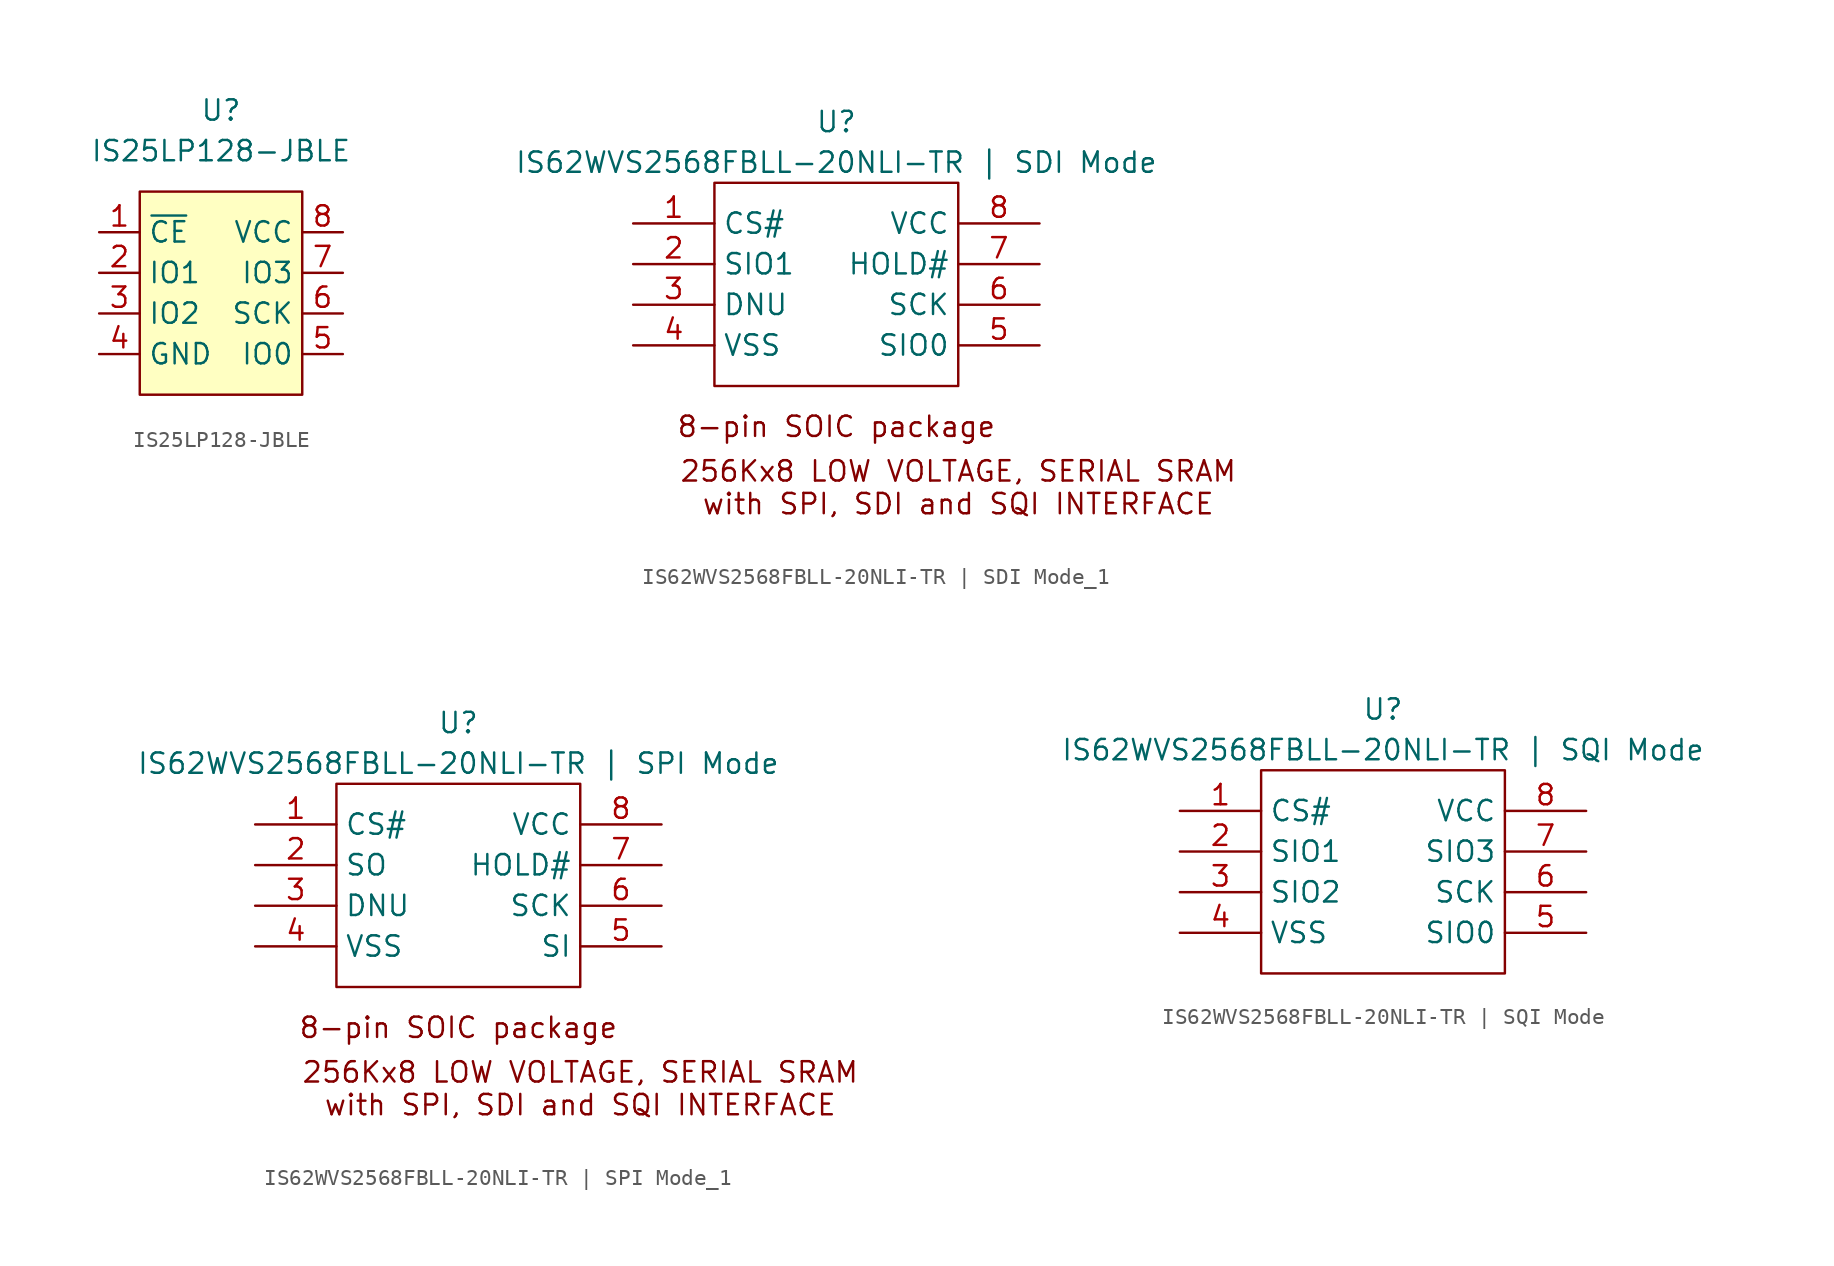
<source format=kicad_sym>
(kicad_symbol_lib
  (version 20220914)
  (generator kicad_symbol_editor)
  (symbol "IS25LP128-JBLE"
    (property "Reference" "U"
      (at 0 11.43 0)
      (effects (font (size 1.27 1.27))))
    (property "Value" "IS25LP128-JBLE"
      (at 0 8.89 0)
      (effects (font (size 1.27 1.27))))
    (symbol "IS25LP128-JBLE_1_1"
      (rectangle (start -5.08 6.35) (end 5.08 -6.35) (stroke (width 0) (type default)) (fill (type background)))
      (pin input line (at -7.62 3.81 0) (length 2.54) (name "~{CE}" (effects (font (size 1.27 1.27)))) (number "1" (effects (font (size 1.27 1.27)))))
      (pin input line (at -7.62 1.27 0) (length 2.54) (name "IO1" (effects (font (size 1.27 1.27)))) (number "2" (effects (font (size 1.27 1.27)))))
      (pin input line (at -7.62 -1.27 0) (length 2.54) (name "IO2" (effects (font (size 1.27 1.27)))) (number "3" (effects (font (size 1.27 1.27)))))
      (pin input line (at -7.62 -3.81 0) (length 2.54) (name "GND" (effects (font (size 1.27 1.27)))) (number "4" (effects (font (size 1.27 1.27)))))
      (pin input line (at 7.62 -3.81 180) (length 2.54) (name "IO0" (effects (font (size 1.27 1.27)))) (number "5" (effects (font (size 1.27 1.27)))))
      (pin input line (at 7.62 -1.27 180) (length 2.54) (name "SCK" (effects (font (size 1.27 1.27)))) (number "6" (effects (font (size 1.27 1.27)))))
      (pin input line (at 7.62 1.27 180) (length 2.54) (name "IO3" (effects (font (size 1.27 1.27)))) (number "7" (effects (font (size 1.27 1.27)))))
      (pin input line (at 7.62 3.81 180) (length 2.54) (name "VCC" (effects (font (size 1.27 1.27)))) (number "8" (effects (font (size 1.27 1.27)))))))
  (symbol "IS62WVS2568FBLL-20NLI-TR | SDI Mode_1"
    (property "Reference" "U"
      (at 0 2.54 0)
      (effects (font (size 1.27 1.27))))
    (property "Value" "IS62WVS2568FBLL-20NLI-TR | SDI Mode"
      (at 0 0 0)
      (effects (font (size 1.27 1.27))))
    (symbol "IS62WVS2568FBLL-20NLI-TR | SDI Mode_1_0_1"
      (rectangle (start -7.62 -1.27) (end 7.62 -13.97) (stroke (width 0) (type default)) (fill (type none))))
    (symbol "IS62WVS2568FBLL-20NLI-TR | SDI Mode_1_1_0"
      (pin passive line (at -12.7 -3.81 0) (length 5.08) (name "CS#" (effects (font (size 1.27 1.27)))) (number "1" (effects (font (size 1.27 1.27)))))
      (pin passive line (at -12.7 -6.35 0) (length 5.08) (name "SIO1" (effects (font (size 1.27 1.27)))) (number "2" (effects (font (size 1.27 1.27)))))
      (pin passive line (at -12.7 -8.89 0) (length 5.08) (name "DNU" (effects (font (size 1.27 1.27)))) (number "3" (effects (font (size 1.27 1.27)))))
      (pin passive line (at -12.7 -11.43 0) (length 5.08) (name "VSS" (effects (font (size 1.27 1.27)))) (number "4" (effects (font (size 1.27 1.27)))))
      (pin passive line (at 12.7 -11.43 180) (length 5.08) (name "SIO0" (effects (font (size 1.27 1.27)))) (number "5" (effects (font (size 1.27 1.27)))))
      (pin passive line (at 12.7 -8.89 180) (length 5.08) (name "SCK" (effects (font (size 1.27 1.27)))) (number "6" (effects (font (size 1.27 1.27)))))
      (pin passive line (at 12.7 -6.35 180) (length 5.08) (name "HOLD#" (effects (font (size 1.27 1.27)))) (number "7" (effects (font (size 1.27 1.27)))))
      (pin passive line (at 12.7 -3.81 180) (length 5.08) (name "VCC" (effects (font (size 1.27 1.27)))) (number "8" (effects (font (size 1.27 1.27))))))
    (symbol "IS62WVS2568FBLL-20NLI-TR | SDI Mode_1_1_1"
      (text "256Kx8 LOW VOLTAGE, SERIAL SRAM\nwith SPI, SDI and SQI INTERFACE" (at 7.62 -20.32 0) (effects (font (size 1.27 1.27))))
      (text "8-pin SOIC package" (at 0 -16.51 0) (effects (font (size 1.27 1.27))))))
  (symbol "IS62WVS2568FBLL-20NLI-TR | SPI Mode_1"
    (property "Reference" "U"
      (at 0 2.54 0)
      (effects (font (size 1.27 1.27))))
    (property "Value" "IS62WVS2568FBLL-20NLI-TR | SPI Mode"
      (at 0 0 0)
      (effects (font (size 1.27 1.27))))
    (symbol "IS62WVS2568FBLL-20NLI-TR | SPI Mode_1_0_1"
      (rectangle (start -7.62 -1.27) (end 7.62 -13.97) (stroke (width 0) (type default)) (fill (type none))))
    (symbol "IS62WVS2568FBLL-20NLI-TR | SPI Mode_1_1_0"
      (pin passive line (at -12.7 -3.81 0) (length 5.08) (name "CS#" (effects (font (size 1.27 1.27)))) (number "1" (effects (font (size 1.27 1.27)))))
      (pin passive line (at -12.7 -6.35 0) (length 5.08) (name "SO" (effects (font (size 1.27 1.27)))) (number "2" (effects (font (size 1.27 1.27)))))
      (pin passive line (at -12.7 -8.89 0) (length 5.08) (name "DNU" (effects (font (size 1.27 1.27)))) (number "3" (effects (font (size 1.27 1.27)))))
      (pin passive line (at -12.7 -11.43 0) (length 5.08) (name "VSS" (effects (font (size 1.27 1.27)))) (number "4" (effects (font (size 1.27 1.27)))))
      (pin passive line (at 12.7 -11.43 180) (length 5.08) (name "SI" (effects (font (size 1.27 1.27)))) (number "5" (effects (font (size 1.27 1.27)))))
      (pin passive line (at 12.7 -8.89 180) (length 5.08) (name "SCK" (effects (font (size 1.27 1.27)))) (number "6" (effects (font (size 1.27 1.27)))))
      (pin passive line (at 12.7 -6.35 180) (length 5.08) (name "HOLD#" (effects (font (size 1.27 1.27)))) (number "7" (effects (font (size 1.27 1.27)))))
      (pin passive line (at 12.7 -3.81 180) (length 5.08) (name "VCC" (effects (font (size 1.27 1.27)))) (number "8" (effects (font (size 1.27 1.27))))))
    (symbol "IS62WVS2568FBLL-20NLI-TR | SPI Mode_1_1_1"
      (text "256Kx8 LOW VOLTAGE, SERIAL SRAM\nwith SPI, SDI and SQI INTERFACE" (at 7.62 -20.32 0) (effects (font (size 1.27 1.27))))
      (text "8-pin SOIC package" (at 0 -16.51 0) (effects (font (size 1.27 1.27))))))
  (symbol "IS62WVS2568FBLL-20NLI-TR | SQI Mode"
    (property "Reference" "U"
      (at 0 2.54 0)
      (effects (font (size 1.27 1.27))))
    (property "Value" "IS62WVS2568FBLL-20NLI-TR | SQI Mode"
      (at 0 0 0)
      (effects (font (size 1.27 1.27))))
    (symbol "IS62WVS2568FBLL-20NLI-TR | SQI Mode_0_1"
      (rectangle (start -7.62 -1.27) (end 7.62 -13.97) (stroke (width 0) (type default)) (fill (type none))))
    (symbol "IS62WVS2568FBLL-20NLI-TR | SQI Mode_1_0"
      (pin passive line (at -12.7 -3.81 0) (length 5.08) (name "CS#" (effects (font (size 1.27 1.27)))) (number "1" (effects (font (size 1.27 1.27)))))
      (pin passive line (at -12.7 -6.35 0) (length 5.08) (name "SIO1" (effects (font (size 1.27 1.27)))) (number "2" (effects (font (size 1.27 1.27)))))
      (pin passive line (at -12.7 -8.89 0) (length 5.08) (name "SIO2" (effects (font (size 1.27 1.27)))) (number "3" (effects (font (size 1.27 1.27)))))
      (pin passive line (at -12.7 -11.43 0) (length 5.08) (name "VSS" (effects (font (size 1.27 1.27)))) (number "4" (effects (font (size 1.27 1.27)))))
      (pin passive line (at 12.7 -11.43 180) (length 5.08) (name "SIO0" (effects (font (size 1.27 1.27)))) (number "5" (effects (font (size 1.27 1.27)))))
      (pin passive line (at 12.7 -8.89 180) (length 5.08) (name "SCK" (effects (font (size 1.27 1.27)))) (number "6" (effects (font (size 1.27 1.27)))))
      (pin passive line (at 12.7 -6.35 180) (length 5.08) (name "SIO3" (effects (font (size 1.27 1.27)))) (number "7" (effects (font (size 1.27 1.27)))))
      (pin passive line (at 12.7 -3.81 180) (length 5.08) (name "VCC" (effects (font (size 1.27 1.27)))) (number "8" (effects (font (size 1.27 1.27))))))))
</source>
